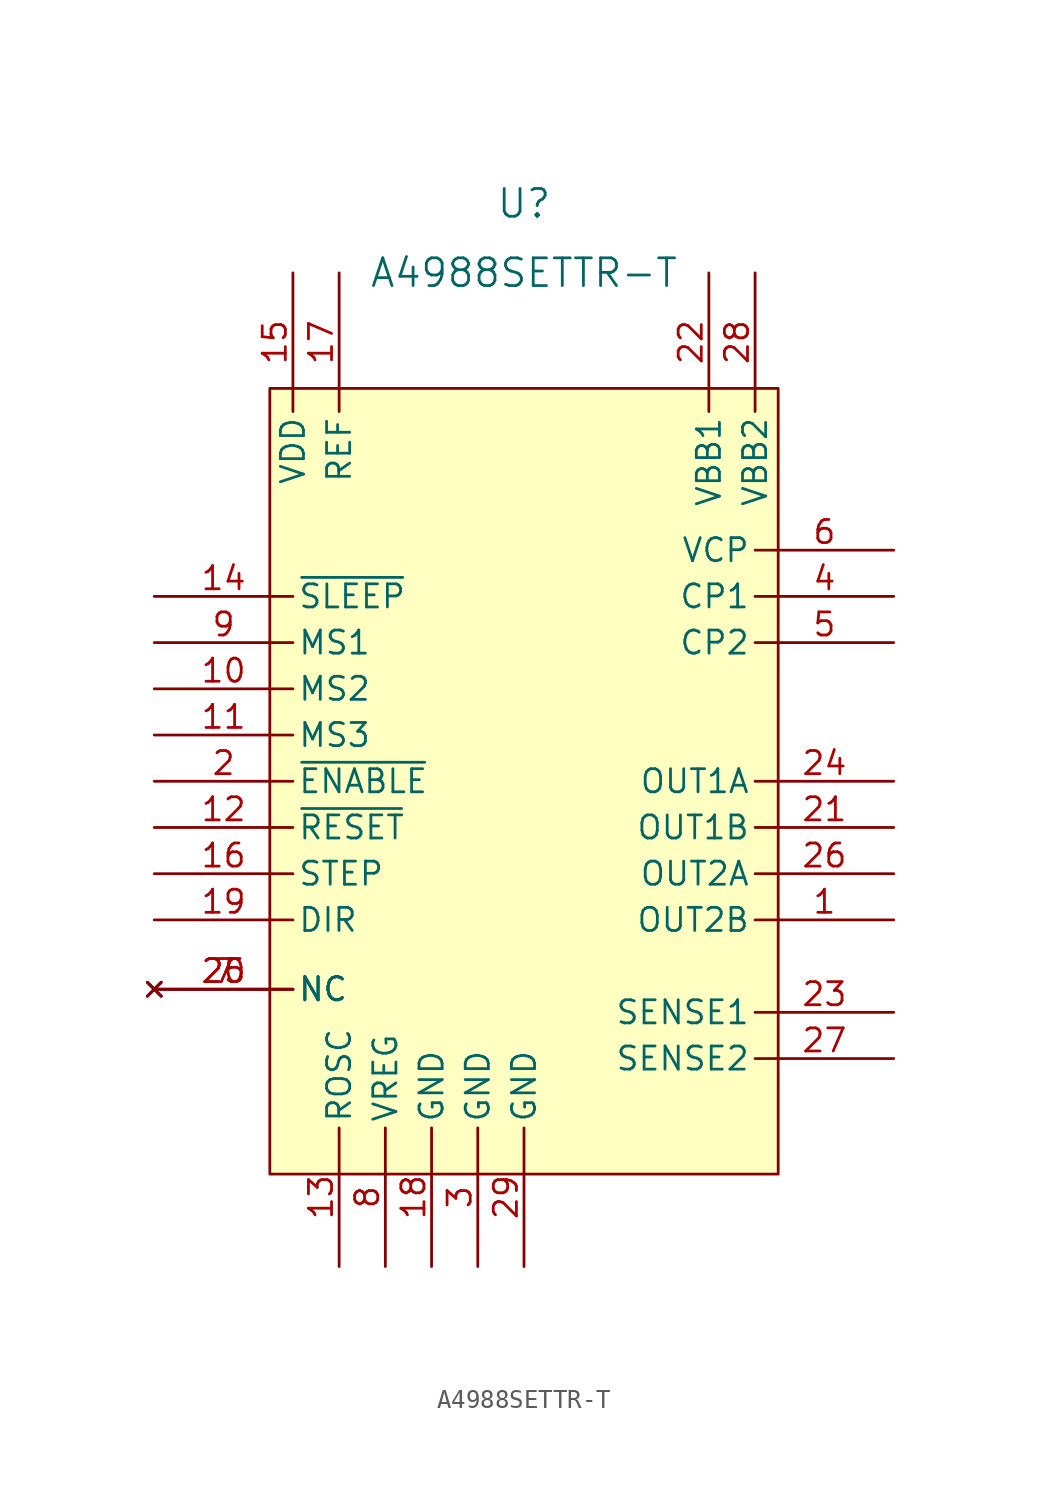
<source format=kicad_sym>
(kicad_symbol_lib
  (version 20231120)
  (generator "kicad_symbol_editor")
  (generator_version "8.0")
  (symbol "A4988SETTR-T"
    (pin_names
      (offset 0.254))
    (property "Reference" "U"
      (at 0 30.48 0)
      (effects (font (size 1.524 1.524))))
    (property "Value" "A4988SETTR-T"
      (at 0 26.67 0)
      (effects (font (size 1.524 1.524))))
    (symbol "A4988SETTR-T_0_1"
      (pin output line (at 20.32 -8.89 180) (length 7.62) (name "OUT2B" (effects (font (size 1.27 1.27)))) (number "1" (effects (font (size 1.27 1.27)))))
      (pin input line (at -20.32 3.81 0) (length 7.62) (name "MS2" (effects (font (size 1.27 1.27)))) (number "10" (effects (font (size 1.27 1.27)))))
      (pin input line (at -20.32 1.27 0) (length 7.62) (name "MS3" (effects (font (size 1.27 1.27)))) (number "11" (effects (font (size 1.27 1.27)))))
      (pin unspecified line (at -10.16 -27.94 90) (length 7.62) (name "ROSC" (effects (font (size 1.27 1.27)))) (number "13" (effects (font (size 1.27 1.27)))))
      (pin power_in line (at -12.7 26.67 270) (length 7.62) (name "VDD" (effects (font (size 1.27 1.27)))) (number "15" (effects (font (size 1.27 1.27)))))
      (pin input line (at -20.32 -6.35 0) (length 7.62) (name "STEP" (effects (font (size 1.27 1.27)))) (number "16" (effects (font (size 1.27 1.27)))))
      (pin input line (at -10.16 26.67 270) (length 7.62) (name "REF" (effects (font (size 1.27 1.27)))) (number "17" (effects (font (size 1.27 1.27)))))
      (pin power_in line (at -5.08 -27.94 90) (length 7.62) (name "GND" (effects (font (size 1.27 1.27)))) (number "18" (effects (font (size 1.27 1.27)))))
      (pin input line (at -20.32 -8.89 0) (length 7.62) (name "DIR" (effects (font (size 1.27 1.27)))) (number "19" (effects (font (size 1.27 1.27)))))
      (pin no_connect line (at -20.32 -12.7 0) (length 7.62) (name "NC" (effects (font (size 1.27 1.27)))) (number "20" (effects (font (size 1.27 1.27)))))
      (pin output line (at 20.32 -3.81 180) (length 7.62) (name "OUT1B" (effects (font (size 1.27 1.27)))) (number "21" (effects (font (size 1.27 1.27)))))
      (pin power_in line (at 10.16 26.67 270) (length 7.62) (name "VBB1" (effects (font (size 1.27 1.27)))) (number "22" (effects (font (size 1.27 1.27)))))
      (pin unspecified line (at 20.32 -13.97 180) (length 7.62) (name "SENSE1" (effects (font (size 1.27 1.27)))) (number "23" (effects (font (size 1.27 1.27)))))
      (pin output line (at 20.32 -1.27 180) (length 7.62) (name "OUT1A" (effects (font (size 1.27 1.27)))) (number "24" (effects (font (size 1.27 1.27)))))
      (pin no_connect line (at -20.32 -12.7 0) (length 7.62) (name "NC" (effects (font (size 1.27 1.27)))) (number "25" (effects (font (size 1.27 1.27)))))
      (pin output line (at 20.32 -6.35 180) (length 7.62) (name "OUT2A" (effects (font (size 1.27 1.27)))) (number "26" (effects (font (size 1.27 1.27)))))
      (pin unspecified line (at 20.32 -16.51 180) (length 7.62) (name "SENSE2" (effects (font (size 1.27 1.27)))) (number "27" (effects (font (size 1.27 1.27)))))
      (pin power_in line (at 12.7 26.67 270) (length 7.62) (name "VBB2" (effects (font (size 1.27 1.27)))) (number "28" (effects (font (size 1.27 1.27)))))
      (pin power_in line (at -2.54 -27.94 90) (length 7.62) (name "GND" (effects (font (size 1.27 1.27)))) (number "3" (effects (font (size 1.27 1.27)))))
      (pin unspecified line (at 20.32 8.89 180) (length 7.62) (name "CP1" (effects (font (size 1.27 1.27)))) (number "4" (effects (font (size 1.27 1.27)))))
      (pin unspecified line (at 20.32 6.35 180) (length 7.62) (name "CP2" (effects (font (size 1.27 1.27)))) (number "5" (effects (font (size 1.27 1.27)))))
      (pin unspecified line (at 20.32 11.43 180) (length 7.62) (name "VCP" (effects (font (size 1.27 1.27)))) (number "6" (effects (font (size 1.27 1.27)))))
      (pin no_connect line (at -20.32 -12.7 0) (length 7.62) (name "NC" (effects (font (size 1.27 1.27)))) (number "7" (effects (font (size 1.27 1.27)))))
      (pin unspecified line (at -7.62 -27.94 90) (length 7.62) (name "VREG" (effects (font (size 1.27 1.27)))) (number "8" (effects (font (size 1.27 1.27)))))
      (pin input line (at -20.32 6.35 0) (length 7.62) (name "MS1" (effects (font (size 1.27 1.27)))) (number "9" (effects (font (size 1.27 1.27))))))
    (symbol "A4988SETTR-T_1_1"
      (rectangle (start -13.97 20.32) (end 13.97 -22.86) (stroke (width 0) (type default)) (fill (type background)))
      (pin input line (at -20.32 -3.81 0) (length 7.62) (name "~{RESET}" (effects (font (size 1.27 1.27)))) (number "12" (effects (font (size 1.27 1.27)))))
      (pin input line (at -20.32 8.89 0) (length 7.62) (name "~{SLEEP}" (effects (font (size 1.27 1.27)))) (number "14" (effects (font (size 1.27 1.27)))))
      (pin input line (at -20.32 -1.27 0) (length 7.62) (name "~{ENABLE}" (effects (font (size 1.27 1.27)))) (number "2" (effects (font (size 1.27 1.27)))))
      (pin power_in line (at 0 -27.94 90) (length 7.62) (name "GND" (effects (font (size 1.27 1.27)))) (number "29" (effects (font (size 1.27 1.27))))))))
</source>
